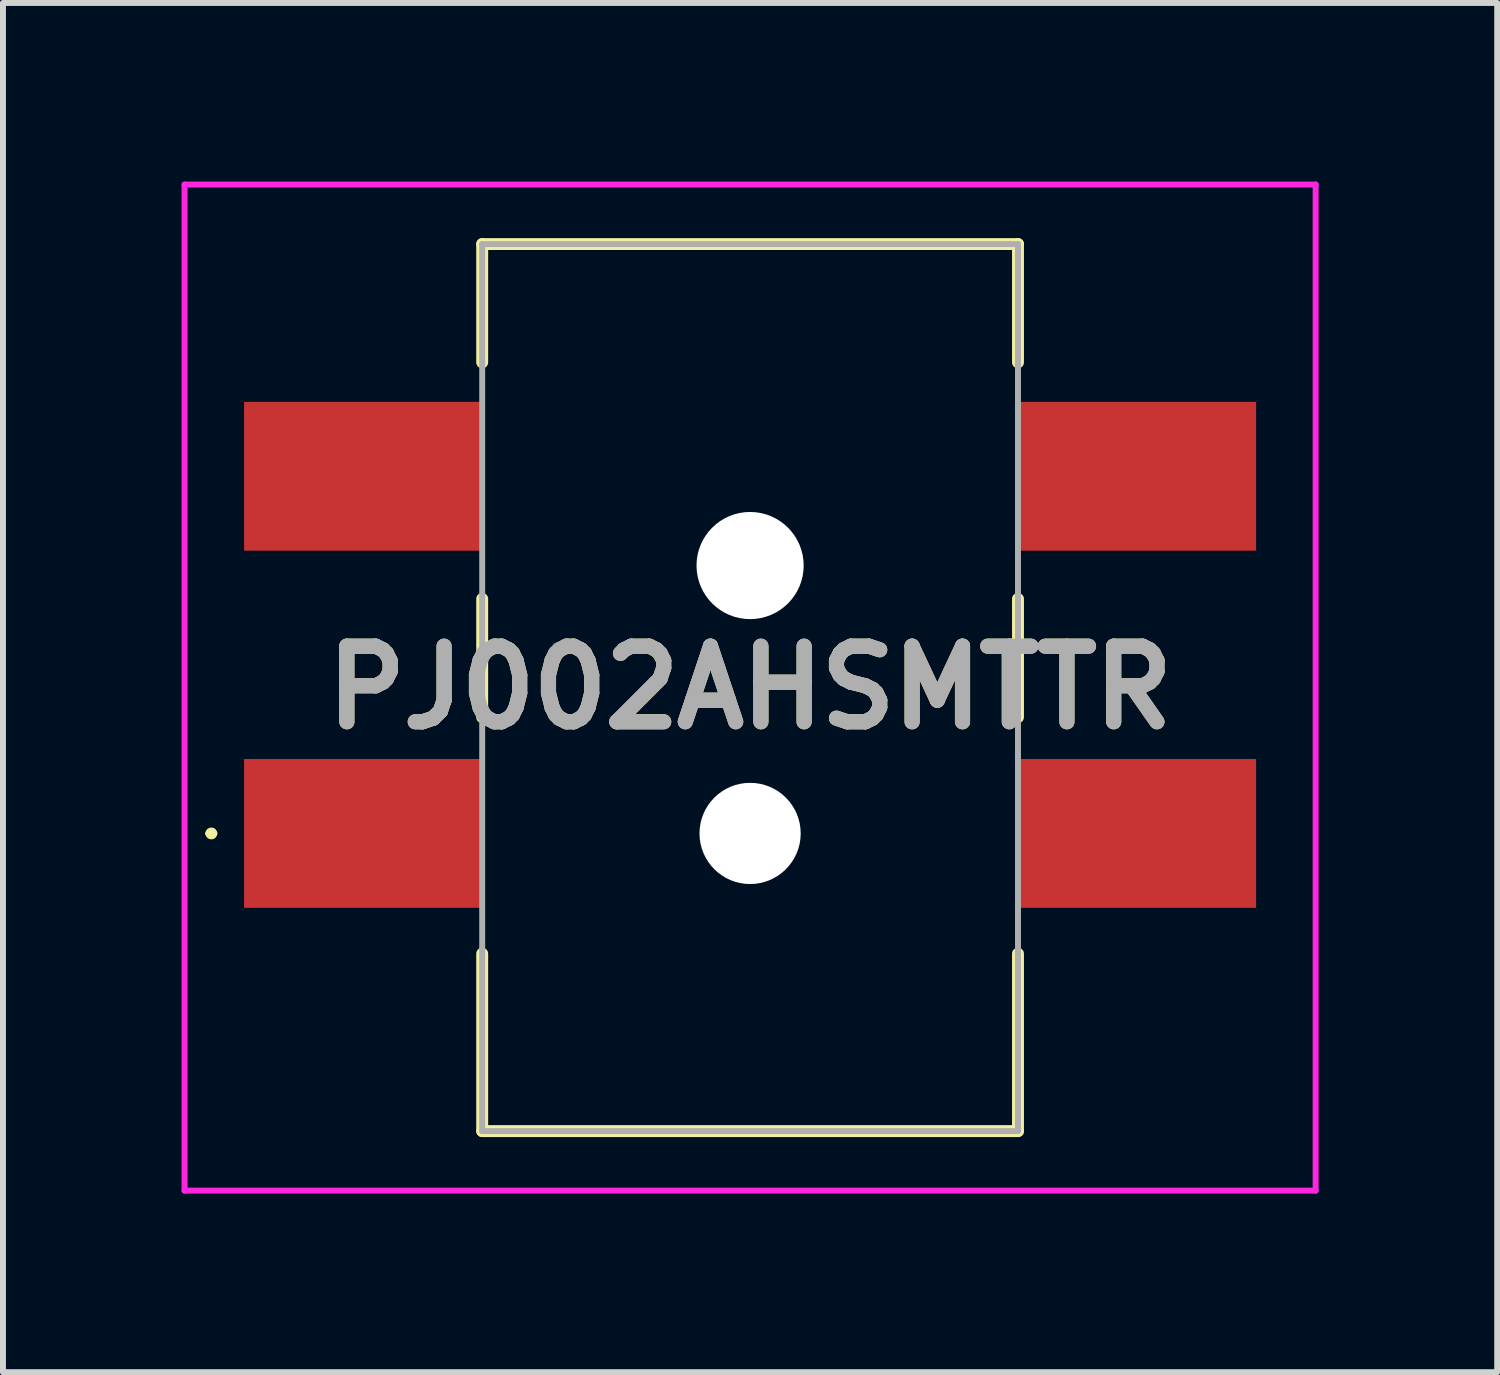
<source format=kicad_pcb>
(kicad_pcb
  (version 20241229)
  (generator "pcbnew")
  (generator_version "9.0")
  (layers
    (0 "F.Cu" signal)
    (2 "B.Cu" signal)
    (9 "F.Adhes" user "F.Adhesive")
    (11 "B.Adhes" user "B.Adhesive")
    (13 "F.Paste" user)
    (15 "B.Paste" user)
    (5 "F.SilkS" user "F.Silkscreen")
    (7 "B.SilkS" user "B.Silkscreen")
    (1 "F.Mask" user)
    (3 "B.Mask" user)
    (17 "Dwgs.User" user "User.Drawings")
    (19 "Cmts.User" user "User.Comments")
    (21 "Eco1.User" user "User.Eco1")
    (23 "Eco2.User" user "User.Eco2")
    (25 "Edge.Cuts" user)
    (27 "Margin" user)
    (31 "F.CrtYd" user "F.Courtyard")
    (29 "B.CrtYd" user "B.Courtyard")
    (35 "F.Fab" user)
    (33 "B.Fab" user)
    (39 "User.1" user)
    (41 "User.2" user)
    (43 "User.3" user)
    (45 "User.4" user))
  (footprint "PJ002AHSMTTR"
    (layer "F.Cu")
    (at 9.55 8.5)
    (property "Reference" "PJ002AHSMTTR" (at 0 0 0) (layer "F.SilkS") (effects (font (size 1.27 1.27) (thickness 0.254))))
    (attr through_hole)
    (fp_line (start -9.1 2.45) (end -9.1 2.45) (stroke (width 0.1) (type solid)) (layer "F.SilkS"))
    (fp_line (start -9 2.45) (end -9 2.45) (stroke (width 0.1) (type solid)) (layer "F.SilkS"))
    (fp_line (start -4.5 -7.45) (end 4.5 -7.45) (stroke (width 0.2) (type solid)) (layer "F.SilkS"))
    (fp_line (start -4.5 -5.463) (end -4.5 -7.45) (stroke (width 0.2) (type solid)) (layer "F.SilkS"))
    (fp_line (start -4.5 -1.49) (end -4.5 0.497) (stroke (width 0.2) (type solid)) (layer "F.SilkS"))
    (fp_line (start -4.5 4.47) (end -4.5 7.45) (stroke (width 0.2) (type solid)) (layer "F.SilkS"))
    (fp_line (start -4.5 7.45) (end 4.5 7.45) (stroke (width 0.2) (type solid)) (layer "F.SilkS"))
    (fp_line (start 4.5 -7.45) (end 4.5 -5.463) (stroke (width 0.2) (type solid)) (layer "F.SilkS"))
    (fp_line (start 4.5 -1.49) (end 4.5 0.497) (stroke (width 0.2) (type solid)) (layer "F.SilkS"))
    (fp_line (start 4.5 7.45) (end 4.5 4.47) (stroke (width 0.2) (type solid)) (layer "F.SilkS"))
    (fp_arc (start -9.1 2.45) (mid -9.05 2.4) (end -9 2.45) (stroke (width 0.1) (type solid)) (layer "F.SilkS"))
    (fp_arc (start -9 2.45) (mid -9.05 2.5) (end -9.1 2.45) (stroke (width 0.1) (type solid)) (layer "F.SilkS"))
    (fp_line (start -9.5 -8.45) (end 9.5 -8.45) (stroke (width 0.1) (type solid)) (layer "F.CrtYd"))
    (fp_line (start -9.5 8.45) (end -9.5 -8.45) (stroke (width 0.1) (type solid)) (layer "F.CrtYd"))
    (fp_line (start 9.5 -8.45) (end 9.5 8.45) (stroke (width 0.1) (type solid)) (layer "F.CrtYd"))
    (fp_line (start 9.5 8.45) (end -9.5 8.45) (stroke (width 0.1) (type solid)) (layer "F.CrtYd"))
    (fp_line (start -4.5 -7.45) (end 4.5 -7.45) (stroke (width 0.1) (type solid)) (layer "F.Fab"))
    (fp_line (start -4.5 7.45) (end -4.5 -7.45) (stroke (width 0.1) (type solid)) (layer "F.Fab"))
    (fp_line (start 4.5 -7.45) (end 4.5 7.45) (stroke (width 0.1) (type solid)) (layer "F.Fab"))
    (fp_line (start 4.5 7.45) (end -4.5 7.45) (stroke (width 0.1) (type solid)) (layer "F.Fab"))
    (fp_text user "${REFERENCE}" (at 0 0 0) (layer "F.Fab") (effects (font (size 1.27 1.27) (thickness 0.254))))
    (pad "" np_thru_hole circle (at 0 -2.05) (size 1.8 1.8) (drill 1.8) (layers "*.Cu" "*.Mask"))
    (pad "" np_thru_hole circle (at 0 2.45) (size 1.7 1.7) (drill 1.7) (layers "*.Cu" "*.Mask"))
    (pad "1" smd rect (at -6.5 2.45 90) (size 2.5 4) (layers "F.Cu" "F.Mask" "F.Paste"))
    (pad "2" smd rect (at 6.5 2.45 90) (size 2.5 4) (layers "F.Cu" "F.Mask" "F.Paste"))
    (pad "3" smd rect (at 6.5 -3.55 90) (size 2.5 4) (layers "F.Cu" "F.Mask" "F.Paste"))
    (pad "A1" smd rect (at -6.5 -3.55 90) (size 2.5 4) (layers "F.Cu" "F.Mask" "F.Paste")))
  (gr_rect
    (start -3 -3)
    (end 22.1 20)
    (stroke (width 0.1) (type default))
    (fill no)
    (layer "Edge.Cuts")))
</source>
